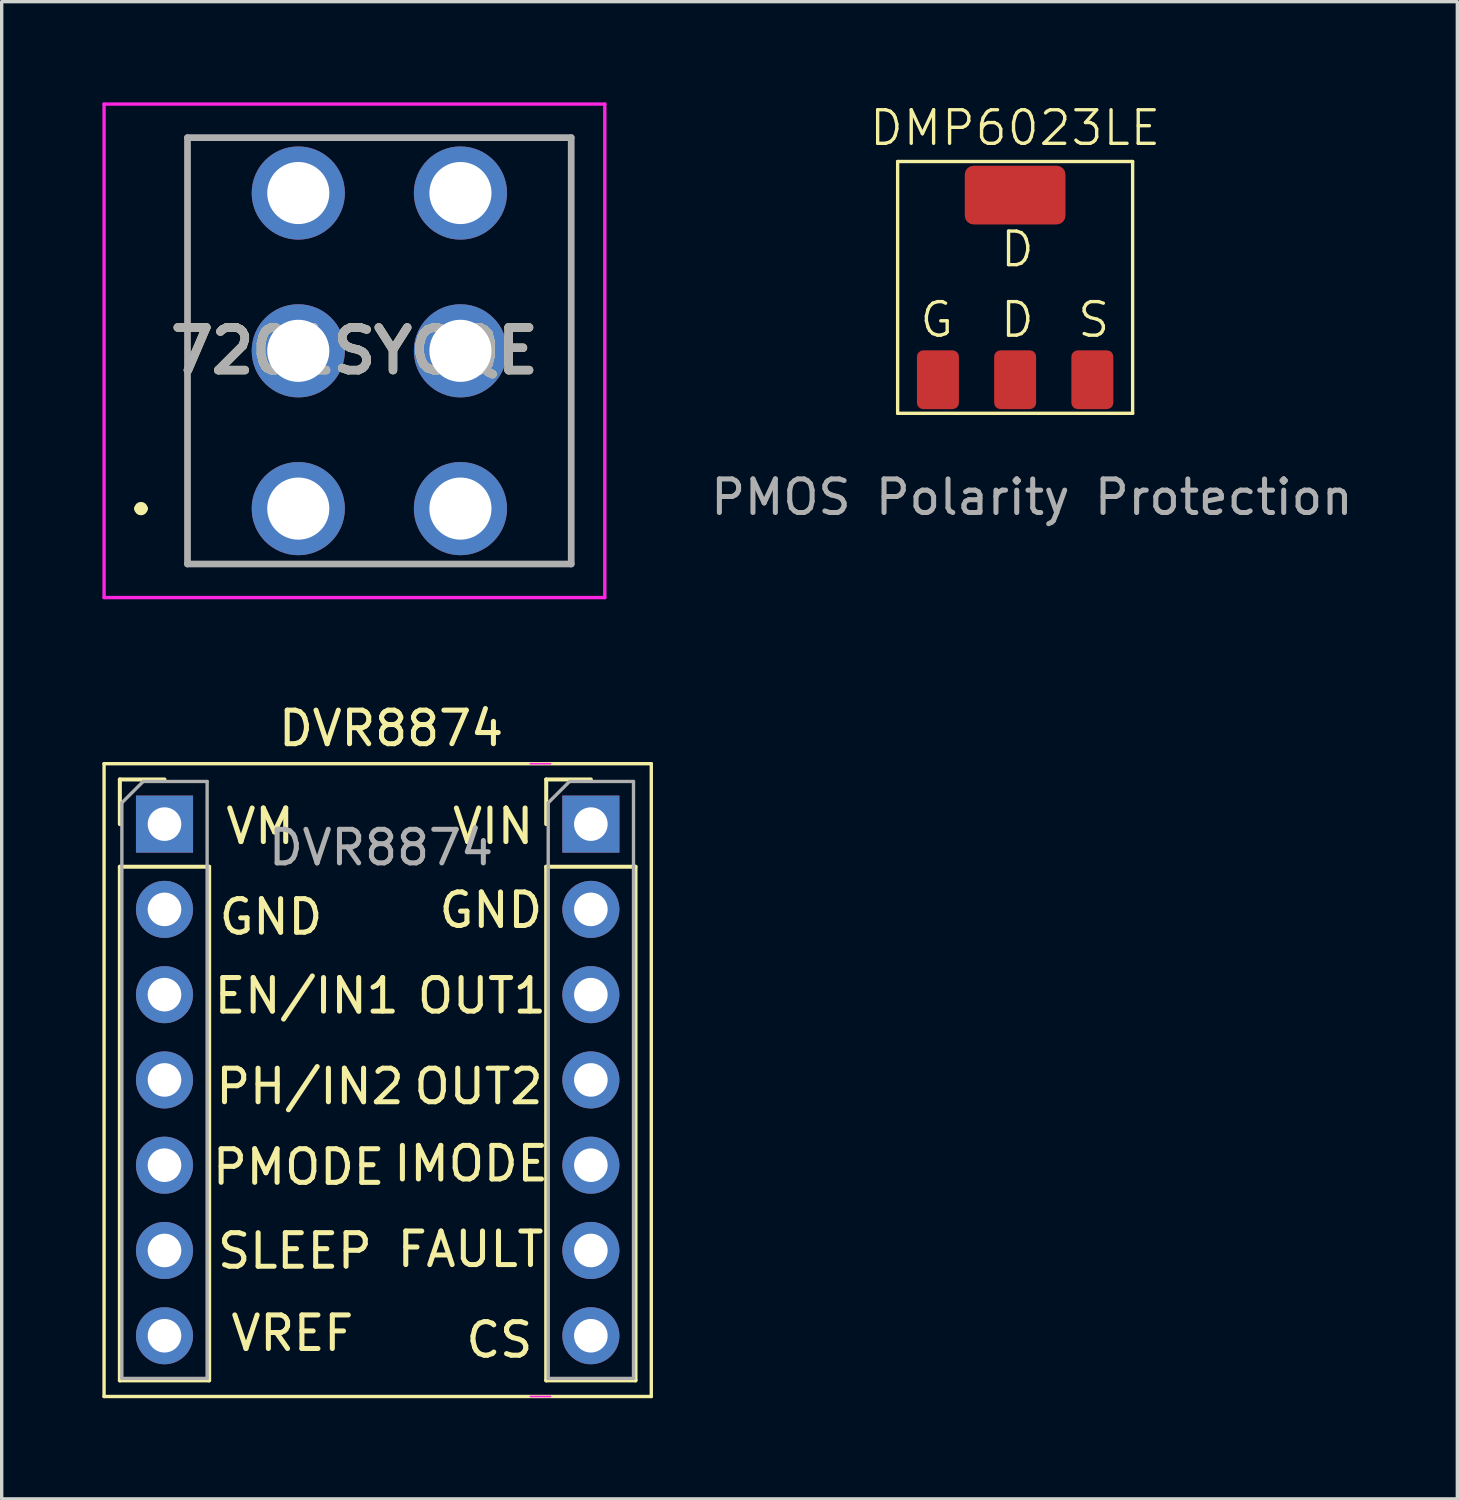
<source format=kicad_pcb>
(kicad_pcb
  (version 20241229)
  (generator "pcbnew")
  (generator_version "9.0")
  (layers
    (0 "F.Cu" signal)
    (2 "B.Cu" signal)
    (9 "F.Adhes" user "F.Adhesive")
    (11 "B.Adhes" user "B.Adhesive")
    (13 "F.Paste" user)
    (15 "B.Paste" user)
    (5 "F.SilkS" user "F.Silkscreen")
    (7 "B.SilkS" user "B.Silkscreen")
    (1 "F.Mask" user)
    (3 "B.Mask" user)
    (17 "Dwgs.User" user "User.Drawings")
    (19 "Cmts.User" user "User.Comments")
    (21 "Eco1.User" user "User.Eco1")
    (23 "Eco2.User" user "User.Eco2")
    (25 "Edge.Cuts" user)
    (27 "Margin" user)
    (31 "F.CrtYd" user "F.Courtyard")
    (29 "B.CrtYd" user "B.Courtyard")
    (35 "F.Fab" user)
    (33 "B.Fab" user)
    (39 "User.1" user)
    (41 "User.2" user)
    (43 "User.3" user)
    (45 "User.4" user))
  (footprint "7201SYCQE"
    (layer "F.Cu")
    (at 5.835 12.1)
    (property "Reference" "7201SYCQE" (at 1.672 -4.7 0) (layer "F.SilkS") (effects (font (size 1.27 1.27) (thickness 0.254))))
    (attr through_hole)
    (fp_line (start -4.785 0) (end -4.785 0) (stroke (width 0.2) (type solid)) (layer "F.SilkS"))
    (fp_line (start -4.585 0) (end -4.585 0) (stroke (width 0.2) (type solid)) (layer "F.SilkS"))
    (fp_line (start -3.3 -11.05) (end 8.13 -11.05) (stroke (width 0.1) (type solid)) (layer "F.SilkS"))
    (fp_line (start -3.3 1.65) (end -3.3 -11.05) (stroke (width 0.1) (type solid)) (layer "F.SilkS"))
    (fp_line (start 8.13 -11.05) (end 8.13 1.65) (stroke (width 0.1) (type solid)) (layer "F.SilkS"))
    (fp_line (start 8.13 1.65) (end -3.3 1.65) (stroke (width 0.1) (type solid)) (layer "F.SilkS"))
    (fp_arc (start -4.785 0) (mid -4.685 -0.1) (end -4.585 0) (stroke (width 0.2) (type solid)) (layer "F.SilkS"))
    (fp_arc (start -4.585 0) (mid -4.685 0.1) (end -4.785 0) (stroke (width 0.2) (type solid)) (layer "F.SilkS"))
    (fp_line (start -5.785 -12.05) (end 9.13 -12.05) (stroke (width 0.1) (type solid)) (layer "F.CrtYd"))
    (fp_line (start -5.785 2.65) (end -5.785 -12.05) (stroke (width 0.1) (type solid)) (layer "F.CrtYd"))
    (fp_line (start 9.13 -12.05) (end 9.13 2.65) (stroke (width 0.1) (type solid)) (layer "F.CrtYd"))
    (fp_line (start 9.13 2.65) (end -5.785 2.65) (stroke (width 0.1) (type solid)) (layer "F.CrtYd"))
    (fp_line (start -3.3 -11.05) (end 8.13 -11.05) (stroke (width 0.2) (type solid)) (layer "F.Fab"))
    (fp_line (start -3.3 1.65) (end -3.3 -11.05) (stroke (width 0.2) (type solid)) (layer "F.Fab"))
    (fp_line (start 8.13 -11.05) (end 8.13 1.65) (stroke (width 0.2) (type solid)) (layer "F.Fab"))
    (fp_line (start 8.13 1.65) (end -3.3 1.65) (stroke (width 0.2) (type solid)) (layer "F.Fab"))
    (fp_text user "${REFERENCE}" (at 1.672 -4.7 0) (layer "F.Fab") (effects (font (size 1.27 1.27) (thickness 0.254))))
    (pad "1" thru_hole circle (at 0 0) (size 2.775 2.775) (drill 1.85) (layers "*.Cu" "*.Mask"))
    (pad "2" thru_hole circle (at 0 -4.7) (size 2.775 2.775) (drill 1.85) (layers "*.Cu" "*.Mask"))
    (pad "3" thru_hole circle (at 0 -9.4) (size 2.775 2.775) (drill 1.85) (layers "*.Cu" "*.Mask"))
    (pad "4" thru_hole circle (at 4.83 0) (size 2.775 2.775) (drill 1.85) (layers "*.Cu" "*.Mask"))
    (pad "5" thru_hole circle (at 4.83 -4.7) (size 2.775 2.775) (drill 1.85) (layers "*.Cu" "*.Mask"))
    (pad "6" thru_hole circle (at 4.83 -9.4) (size 2.775 2.775) (drill 1.85) (layers "*.Cu" "*.Mask")))
  (footprint "DMP6023LE"
    (layer "F.Cu")
    (at 27.188 5.261)
    (property "Reference" "DMP6023LE" (at 0 -4.5 0) (unlocked yes) (layer "F.SilkS") (effects (font (size 1 1) (thickness 0.1))))
    (attr smd)
    (fp_line (start -3.5 -3.5) (end 3.5 -3.5) (stroke (width 0.1) (type default)) (layer "F.SilkS"))
    (fp_line (start -3.5 4) (end -3.5 -3.5) (stroke (width 0.1) (type default)) (layer "F.SilkS"))
    (fp_line (start 3.5 -3.5) (end 3.5 4) (stroke (width 0.1) (type default)) (layer "F.SilkS"))
    (fp_line (start 3.5 4) (end -3.5 4) (stroke (width 0.1) (type default)) (layer "F.SilkS"))
    (fp_text user "S" (at 1.8 1.8 0) (unlocked yes) (layer "F.SilkS") (effects (font (size 1 1) (thickness 0.1)) (justify left bottom)))
    (fp_text user "G" (at -2.9 1.8 0) (unlocked yes) (layer "F.SilkS") (effects (font (size 1 1) (thickness 0.1)) (justify left bottom)))
    (fp_text user "D" (at -0.5 -0.3 0) (unlocked yes) (layer "F.SilkS") (effects (font (size 1 1) (thickness 0.1)) (justify left bottom)))
    (fp_text user "D" (at -0.5 1.8 0) (unlocked yes) (layer "F.SilkS") (effects (font (size 1 1) (thickness 0.1)) (justify left bottom)))
    (fp_text user "PMOS Polarity Protection" (at 0.5 6.5 0) (unlocked yes) (layer "F.Fab") (effects (font (size 1 1) (thickness 0.15))))
    (pad "1" smd roundrect (at -2.3 3) (size 1.25 1.75) (layers "F.Cu" "F.Mask" "F.Paste") (roundrect_rratio 0.15))
    (pad "2" smd roundrect (at 0 3) (size 1.25 1.75) (layers "F.Cu" "F.Mask" "F.Paste") (roundrect_rratio 0.15))
    (pad "3" smd roundrect (at 2.3 3) (size 1.25 1.75) (layers "F.Cu" "F.Mask" "F.Paste") (roundrect_rratio 0.15))
    (pad "4" smd roundrect (at 0 -2.5) (size 3 1.75) (layers "F.Cu" "F.Mask" "F.Paste") (roundrect_rratio 0.15))
    (zone (net_name "") (layer "F.SilkS") (hatch edge 0.5) (connect_pads) (min_thickness 0.25) (filled_areas_thickness no) (keepout (tracks allowed) (vias allowed) (pads not_allowed) (copperpour allowed) (footprints not_allowed)) (placement (enabled no)) (fill) (polygon (pts (xy 23.688 1.76) (xy 30.688 1.76) (xy 30.688 9.261) (xy 23.688 9.261)))))
  (footprint "DVR8874"
    (layer "F.Cu")
    (at 8.3 19.698)
    (property "Reference" "DVR8874" (at 0.3 -1.05 0) (unlocked yes) (layer "F.SilkS") (effects (font (size 1 1) (thickness 0.15))))
    (attr smd)
    (fp_line (start -8.25 0) (end 8.05 0) (stroke (width 0.1) (type default)) (layer "F.SilkS"))
    (fp_line (start -8.25 18.85) (end -8.25 0) (stroke (width 0.1) (type default)) (layer "F.SilkS"))
    (fp_line (start -7.78 0.47) (end -6.45 0.47) (stroke (width 0.12) (type solid)) (layer "F.SilkS"))
    (fp_line (start -7.78 1.8) (end -7.78 0.47) (stroke (width 0.12) (type solid)) (layer "F.SilkS"))
    (fp_line (start -7.78 3.07) (end -7.78 18.37) (stroke (width 0.12) (type solid)) (layer "F.SilkS"))
    (fp_line (start -7.78 3.07) (end -5.12 3.07) (stroke (width 0.12) (type solid)) (layer "F.SilkS"))
    (fp_line (start -7.78 18.37) (end -5.12 18.37) (stroke (width 0.12) (type solid)) (layer "F.SilkS"))
    (fp_line (start -5.12 3.07) (end -5.12 18.37) (stroke (width 0.12) (type solid)) (layer "F.SilkS"))
    (fp_line (start 4.92 0.47) (end 6.25 0.47) (stroke (width 0.12) (type solid)) (layer "F.SilkS"))
    (fp_line (start 4.92 1.8) (end 4.92 0.47) (stroke (width 0.12) (type solid)) (layer "F.SilkS"))
    (fp_line (start 4.92 3.07) (end 4.92 18.37) (stroke (width 0.12) (type solid)) (layer "F.SilkS"))
    (fp_line (start 4.92 3.07) (end 7.58 3.07) (stroke (width 0.12) (type solid)) (layer "F.SilkS"))
    (fp_line (start 4.92 18.37) (end 7.58 18.37) (stroke (width 0.12) (type solid)) (layer "F.SilkS"))
    (fp_line (start 7.58 3.07) (end 7.58 18.37) (stroke (width 0.12) (type solid)) (layer "F.SilkS"))
    (fp_line (start 8.05 0) (end 8.05 18.85) (stroke (width 0.1) (type default)) (layer "F.SilkS"))
    (fp_line (start 8.05 18.85) (end -8.25 18.85) (stroke (width 0.1) (type default)) (layer "F.SilkS"))
    (fp_line (start 4.45 0) (end 5.05 0) (stroke (width 0.05) (type default)) (layer "F.CrtYd"))
    (fp_line (start 5.05 18.85) (end 4.45 18.85) (stroke (width 0.05) (type default)) (layer "F.CrtYd"))
    (fp_line (start -7.72 1.165) (end -7.085 0.53) (stroke (width 0.1) (type solid)) (layer "F.Fab"))
    (fp_line (start -7.72 18.31) (end -7.72 1.165) (stroke (width 0.1) (type solid)) (layer "F.Fab"))
    (fp_line (start -7.085 0.53) (end -5.18 0.53) (stroke (width 0.1) (type solid)) (layer "F.Fab"))
    (fp_line (start -5.18 0.53) (end -5.18 18.31) (stroke (width 0.1) (type solid)) (layer "F.Fab"))
    (fp_line (start -5.18 18.31) (end -7.72 18.31) (stroke (width 0.1) (type solid)) (layer "F.Fab"))
    (fp_line (start 4.98 1.165) (end 5.615 0.53) (stroke (width 0.1) (type solid)) (layer "F.Fab"))
    (fp_line (start 4.98 18.31) (end 4.98 1.165) (stroke (width 0.1) (type solid)) (layer "F.Fab"))
    (fp_line (start 5.615 0.53) (end 7.52 0.53) (stroke (width 0.1) (type solid)) (layer "F.Fab"))
    (fp_line (start 7.52 0.53) (end 7.52 18.31) (stroke (width 0.1) (type solid)) (layer "F.Fab"))
    (fp_line (start 7.52 18.31) (end 4.98 18.31) (stroke (width 0.1) (type solid)) (layer "F.Fab"))
    (fp_text user "SLEEP" (at -4.95 15.1 0) (unlocked yes) (layer "F.SilkS") (effects (font (size 1 1) (thickness 0.15)) (justify left bottom)))
    (fp_text user "IMODE" (at 0.3 12.5 0) (unlocked yes) (layer "F.SilkS") (effects (font (size 1 1) (thickness 0.15)) (justify left bottom)))
    (fp_text user "GND" (at 1.65 4.95 0) (unlocked yes) (layer "F.SilkS") (effects (font (size 1 1) (thickness 0.15)) (justify left bottom)))
    (fp_text user "VREF" (at -4.55 17.55 0) (unlocked yes) (layer "F.SilkS") (effects (font (size 1 1) (thickness 0.15)) (justify left bottom)))
    (fp_text user "GND" (at -4.9 5.15 0) (unlocked yes) (layer "F.SilkS") (effects (font (size 1 1) (thickness 0.15)) (justify left bottom)))
    (fp_text user "OUT1" (at 1 7.5 0) (unlocked yes) (layer "F.SilkS") (effects (font (size 1 1) (thickness 0.15)) (justify left bottom)))
    (fp_text user "VIN" (at 2.05 2.45 0) (unlocked yes) (layer "F.SilkS") (effects (font (size 1 1) (thickness 0.15)) (justify left bottom)))
    (fp_text user "PMODE" (at -5.1 12.6 0) (unlocked yes) (layer "F.SilkS") (effects (font (size 1 1) (thickness 0.15)) (justify left bottom)))
    (fp_text user "PH/IN2" (at -5 10.2 0) (unlocked yes) (layer "F.SilkS") (effects (font (size 1 1) (thickness 0.15)) (justify left bottom)))
    (fp_text user "OUT2" (at 0.9 10.2 0) (unlocked yes) (layer "F.SilkS") (effects (font (size 1 1) (thickness 0.15)) (justify left bottom)))
    (fp_text user "FAULT" (at 0.4 15.05 0) (unlocked yes) (layer "F.SilkS") (effects (font (size 1 1) (thickness 0.15)) (justify left bottom)))
    (fp_text user "EN/IN1" (at -5.05 7.5 0) (unlocked yes) (layer "F.SilkS") (effects (font (size 1 1) (thickness 0.15)) (justify left bottom)))
    (fp_text user "CS" (at 2.45 17.75 0) (unlocked yes) (layer "F.SilkS") (effects (font (size 1 1) (thickness 0.15)) (justify left bottom)))
    (fp_text user "VM" (at -4.7 2.45 0) (unlocked yes) (layer "F.SilkS") (effects (font (size 1 1) (thickness 0.15)) (justify left bottom)))
    (fp_text user "${REFERENCE}" (at 0 2.5 0) (unlocked yes) (layer "F.Fab") (effects (font (size 1 1) (thickness 0.15))))
    (pad "1" thru_hole rect (at -6.45 1.8) (size 1.7 1.7) (drill 1) (layers "*.Cu" "*.Mask"))
    (pad "2" thru_hole oval (at -6.45 4.34) (size 1.7 1.7) (drill 1) (layers "*.Cu" "*.Mask"))
    (pad "3" thru_hole oval (at -6.45 6.88) (size 1.7 1.7) (drill 1) (layers "*.Cu" "*.Mask"))
    (pad "4" thru_hole oval (at -6.45 9.42) (size 1.7 1.7) (drill 1) (layers "*.Cu" "*.Mask"))
    (pad "5" thru_hole oval (at -6.45 11.96) (size 1.7 1.7) (drill 1) (layers "*.Cu" "*.Mask"))
    (pad "6" thru_hole oval (at -6.45 14.5) (size 1.7 1.7) (drill 1) (layers "*.Cu" "*.Mask"))
    (pad "7" thru_hole oval (at -6.45 17.04) (size 1.7 1.7) (drill 1) (layers "*.Cu" "*.Mask"))
    (pad "8" thru_hole oval (at 6.25 17.04) (size 1.7 1.7) (drill 1) (layers "*.Cu" "*.Mask"))
    (pad "9" thru_hole oval (at 6.25 14.5) (size 1.7 1.7) (drill 1) (layers "*.Cu" "*.Mask"))
    (pad "10" thru_hole oval (at 6.25 11.96) (size 1.7 1.7) (drill 1) (layers "*.Cu" "*.Mask"))
    (pad "11" thru_hole oval (at 6.25 9.42) (size 1.7 1.7) (drill 1) (layers "*.Cu" "*.Mask"))
    (pad "12" thru_hole oval (at 6.25 6.88) (size 1.7 1.7) (drill 1) (layers "*.Cu" "*.Mask"))
    (pad "13" thru_hole oval (at 6.25 4.34) (size 1.7 1.7) (drill 1) (layers "*.Cu" "*.Mask"))
    (pad "14" thru_hole rect (at 6.25 1.8) (size 1.7 1.7) (drill 1) (layers "*.Cu" "*.Mask"))
    (zone (net_name "") (layer "F.SilkS") (hatch edge 0.5) (connect_pads) (min_thickness 0.25) (filled_areas_thickness no) (keepout (tracks allowed) (vias allowed) (pads not_allowed) (copperpour allowed) (footprints not_allowed)) (placement (enabled no)) (fill) (polygon (pts (xy 0.05 19.698) (xy 16.35 19.698) (xy 16.35 38.548) (xy 0.05 38.548)))))
  (gr_rect
    (start -3 -3)
    (end 40.36 41.598)
    (stroke (width 0.1) (type default))
    (fill no)
    (layer "Edge.Cuts")))
</source>
